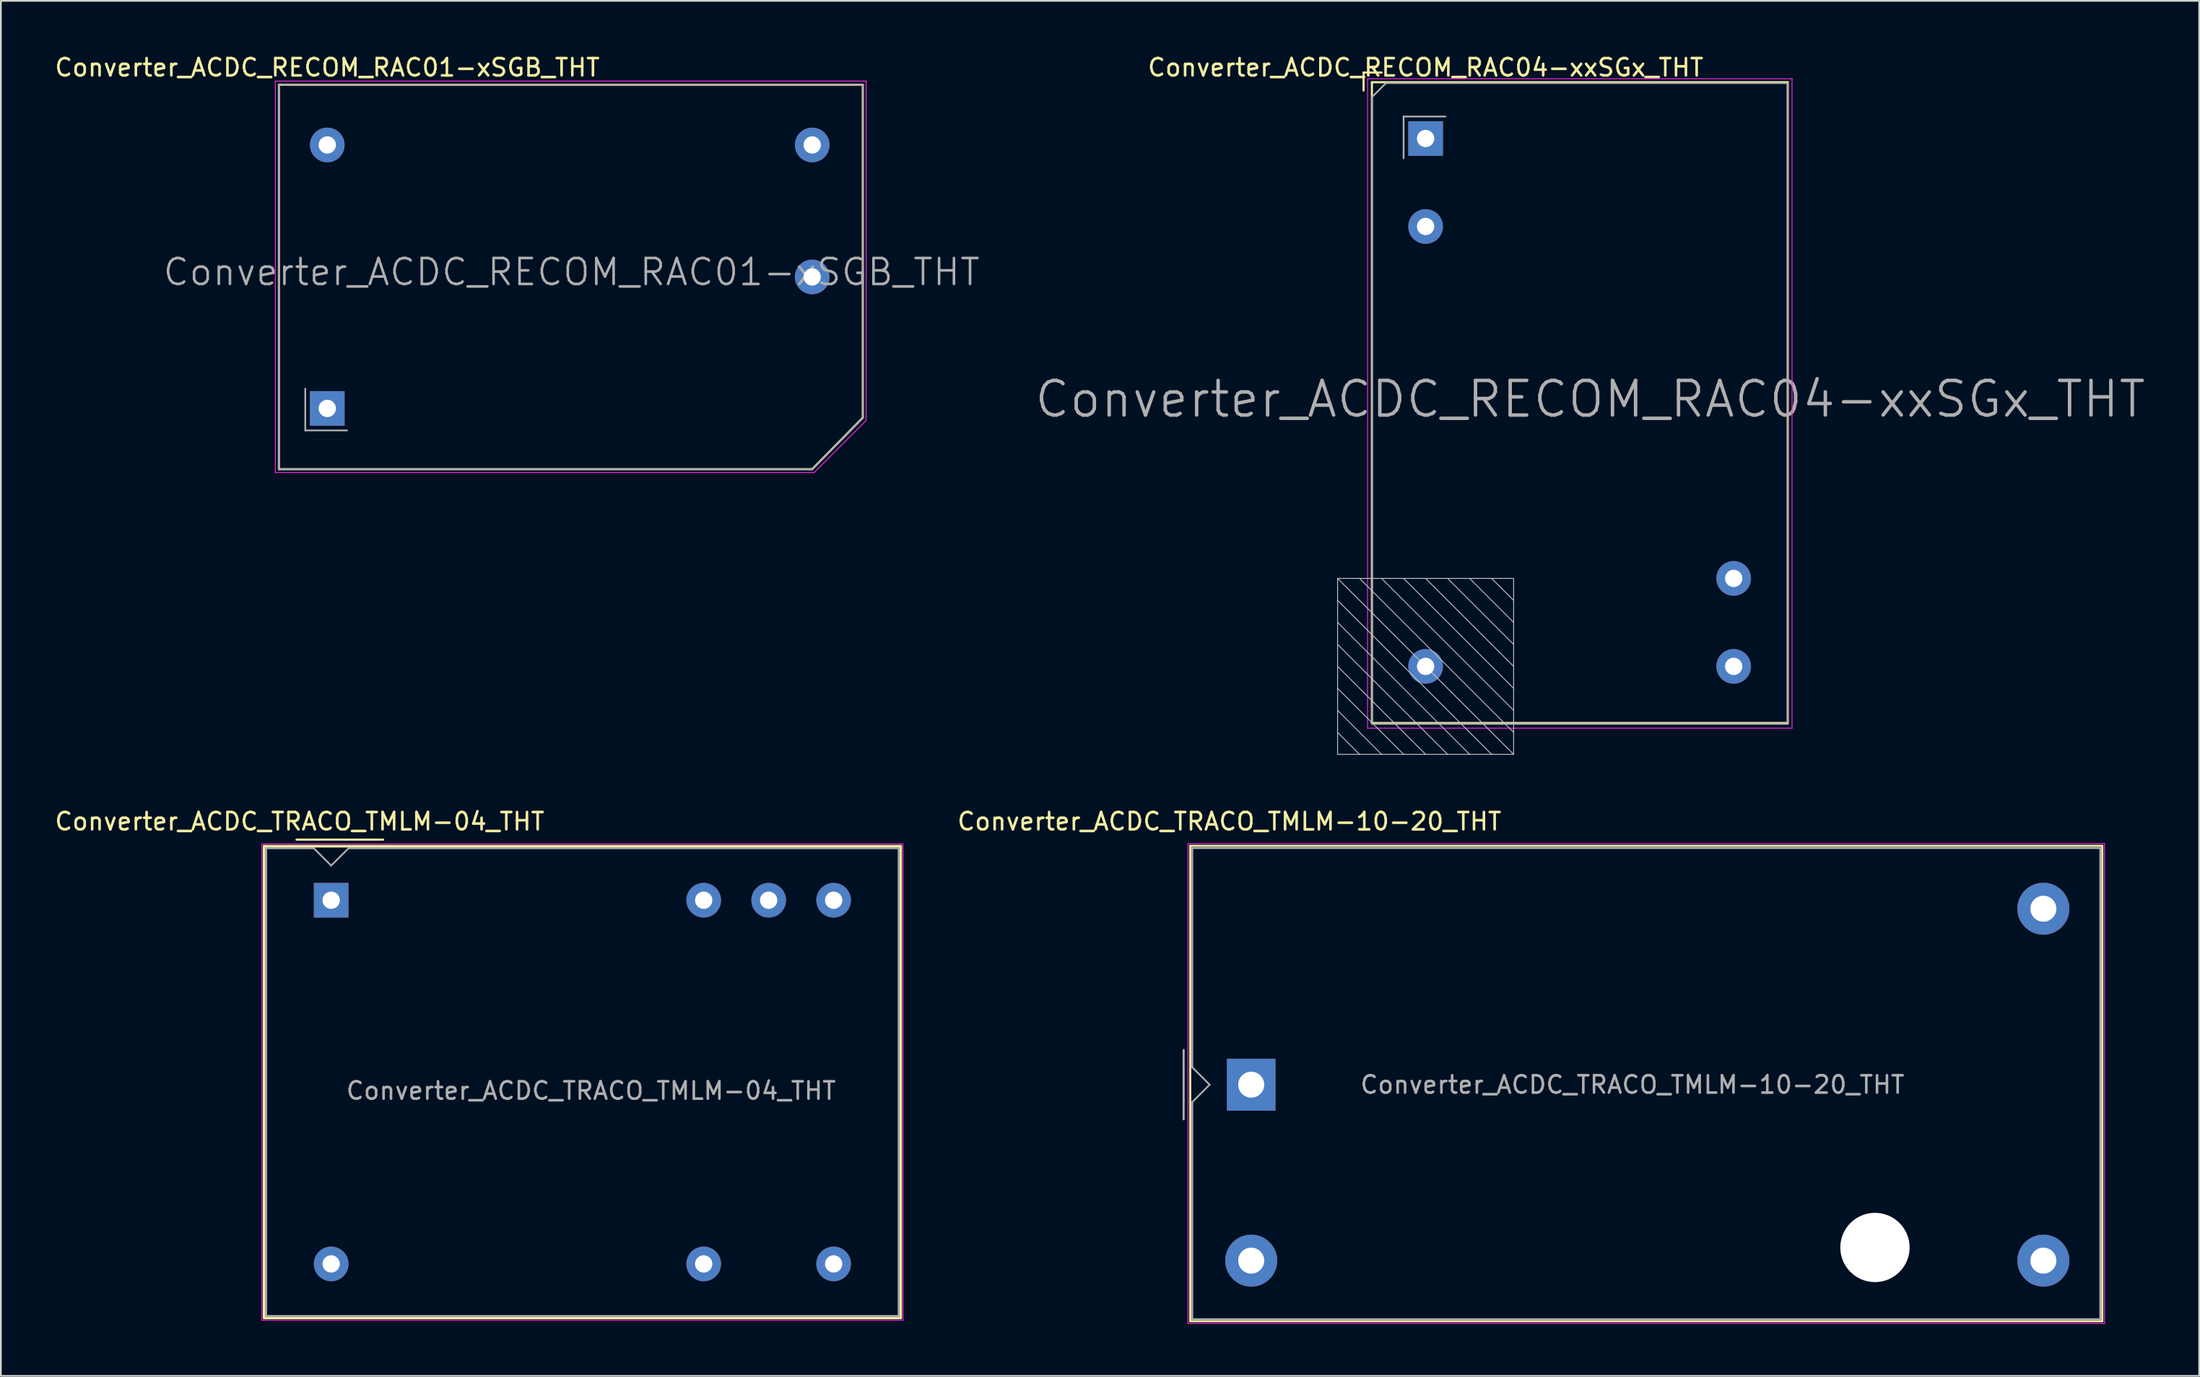
<source format=kicad_pcb>
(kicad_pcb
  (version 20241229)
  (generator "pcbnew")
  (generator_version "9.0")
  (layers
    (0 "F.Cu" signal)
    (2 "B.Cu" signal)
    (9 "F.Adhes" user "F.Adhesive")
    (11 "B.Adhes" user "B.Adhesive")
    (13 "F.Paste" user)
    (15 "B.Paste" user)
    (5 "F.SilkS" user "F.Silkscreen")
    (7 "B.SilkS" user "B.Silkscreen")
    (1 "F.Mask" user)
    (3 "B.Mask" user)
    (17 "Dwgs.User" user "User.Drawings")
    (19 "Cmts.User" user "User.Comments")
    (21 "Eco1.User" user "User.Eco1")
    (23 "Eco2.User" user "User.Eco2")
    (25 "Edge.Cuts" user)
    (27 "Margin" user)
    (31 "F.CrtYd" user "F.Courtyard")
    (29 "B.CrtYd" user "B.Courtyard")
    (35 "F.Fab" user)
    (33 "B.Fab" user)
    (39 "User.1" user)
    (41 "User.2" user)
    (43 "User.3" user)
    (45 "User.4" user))
  (footprint "Converter_ACDC_TRACO_TMLM-10-20_THT"
    (layer "F.Cu")
    (at 69.165 59.581)
    (property "Reference" "Converter_ACDC_TRACO_TMLM-10-20_THT" (at -1.26 -15.2 0) (layer "F.SilkS") (effects (font (size 1 1) (thickness 0.15))))
    (attr through_hole)
    (fp_line (start -3.52 -13.79) (end 49.12 -13.79) (stroke (width 0.12) (type solid)) (layer "F.SilkS"))
    (fp_line (start -3.52 13.66) (end -3.52 -13.79) (stroke (width 0.12) (type solid)) (layer "F.SilkS"))
    (fp_line (start 49.12 -13.79) (end 49.12 13.66) (stroke (width 0.12) (type solid)) (layer "F.SilkS"))
    (fp_line (start 49.12 13.66) (end -3.52 13.66) (stroke (width 0.12) (type solid)) (layer "F.SilkS"))
    (fp_line (start -3.65 -13.92) (end -3.65 13.79) (stroke (width 0.05) (type solid)) (layer "F.CrtYd"))
    (fp_line (start -3.65 -13.92) (end 49.25 -13.92) (stroke (width 0.05) (type solid)) (layer "F.CrtYd"))
    (fp_line (start -3.65 13.79) (end 49.25 13.79) (stroke (width 0.05) (type solid)) (layer "F.CrtYd"))
    (fp_line (start 49.25 -13.92) (end 49.25 13.79) (stroke (width 0.05) (type solid)) (layer "F.CrtYd"))
    (fp_line (start -3.9 -2) (end -3.9 2) (stroke (width 0.12) (type solid)) (layer "F.Fab"))
    (fp_line (start -3.4 -13.66) (end 49 -13.66) (stroke (width 0.1) (type solid)) (layer "F.Fab"))
    (fp_line (start -3.4 -1) (end -3.4 -13.66) (stroke (width 0.1) (type solid)) (layer "F.Fab"))
    (fp_line (start -3.4 13.54) (end -3.4 1) (stroke (width 0.1) (type solid)) (layer "F.Fab"))
    (fp_line (start -2.4 0) (end -3.4 -1) (stroke (width 0.1) (type solid)) (layer "F.Fab"))
    (fp_line (start -2.4 0) (end -3.4 1) (stroke (width 0.1) (type solid)) (layer "F.Fab"))
    (fp_line (start 49 -13.66) (end 49 13.54) (stroke (width 0.1) (type solid)) (layer "F.Fab"))
    (fp_line (start 49 13.54) (end -3.4 13.54) (stroke (width 0.1) (type solid)) (layer "F.Fab"))
    (fp_text user "${REFERENCE}" (at 22 0 0) (layer "F.Fab") (effects (font (size 1 1) (thickness 0.15))))
    (pad "" np_thru_hole circle (at 36 9.4) (size 4 4) (drill 4) (layers "*.Cu" "*.Mask"))
    (pad "1" thru_hole rect (at 0 0) (size 2.8 3) (drill 1.5) (layers "*.Cu" "*.Mask"))
    (pad "2" thru_hole circle (at 0 10.16) (size 3 3) (drill 1.5) (layers "*.Cu" "*.Mask"))
    (pad "3" thru_hole circle (at 45.72 10.16) (size 3 3) (drill 1.5) (layers "*.Cu" "*.Mask"))
    (pad "4" thru_hole circle (at 45.72 -10.16) (size 3 3) (drill 1.5) (layers "*.Cu" "*.Mask")))
  (footprint "Converter_ACDC_TRACO_TMLM-04_THT"
    (layer "F.Cu")
    (at 16.064 48.931)
    (property "Reference" "Converter_ACDC_TRACO_TMLM-04_THT" (at -1.82 -4.55 0) (layer "F.SilkS") (effects (font (size 1 1) (thickness 0.15))))
    (attr through_hole)
    (fp_line (start -3.87 -3.12) (end -3.87 24.12) (stroke (width 0.15) (type solid)) (layer "F.SilkS"))
    (fp_line (start -3.87 -3.12) (end 32.87 -3.12) (stroke (width 0.15) (type solid)) (layer "F.SilkS"))
    (fp_line (start -3.87 24.12) (end 32.87 24.12) (stroke (width 0.15) (type solid)) (layer "F.SilkS"))
    (fp_line (start -2 -3.5) (end 3 -3.5) (stroke (width 0.12) (type solid)) (layer "F.SilkS"))
    (fp_line (start 32.87 -3.12) (end 32.87 24.12) (stroke (width 0.15) (type solid)) (layer "F.SilkS"))
    (fp_line (start -4 -3.25) (end -4 24.25) (stroke (width 0.05) (type solid)) (layer "F.CrtYd"))
    (fp_line (start -4 -3.25) (end 33 -3.25) (stroke (width 0.05) (type solid)) (layer "F.CrtYd"))
    (fp_line (start -4 24.25) (end 33 24.25) (stroke (width 0.05) (type solid)) (layer "F.CrtYd"))
    (fp_line (start 33 -3.25) (end 33 24.25) (stroke (width 0.05) (type solid)) (layer "F.CrtYd"))
    (fp_line (start -3.75 -3) (end -3.75 24) (stroke (width 0.1) (type solid)) (layer "F.Fab"))
    (fp_line (start -1 -3) (end -3.75 -3) (stroke (width 0.1) (type solid)) (layer "F.Fab"))
    (fp_line (start -1 -3) (end 0 -2) (stroke (width 0.1) (type solid)) (layer "F.Fab"))
    (fp_line (start 0 -2) (end 1 -3) (stroke (width 0.1) (type solid)) (layer "F.Fab"))
    (fp_line (start 1 -3) (end 32.75 -3) (stroke (width 0.1) (type solid)) (layer "F.Fab"))
    (fp_line (start 32.75 -3) (end 32.75 24) (stroke (width 0.1) (type solid)) (layer "F.Fab"))
    (fp_line (start 32.75 24) (end -3.75 24) (stroke (width 0.1) (type solid)) (layer "F.Fab"))
    (fp_text user "${REFERENCE}" (at 15 11 0) (layer "F.Fab") (effects (font (size 1 1) (thickness 0.15))))
    (pad "1" thru_hole rect (at 0 0) (size 2 2) (drill 1) (layers "*.Cu" "*.Mask"))
    (pad "2" thru_hole circle (at 21.5 0) (size 2 2) (drill 1) (layers "*.Cu" "*.Mask"))
    (pad "3" thru_hole circle (at 25.25 0) (size 2 2) (drill 1) (layers "*.Cu" "*.Mask"))
    (pad "4" thru_hole circle (at 29 0) (size 2 2) (drill 1) (layers "*.Cu" "*.Mask"))
    (pad "5" thru_hole circle (at 29 21) (size 2 2) (drill 1) (layers "*.Cu" "*.Mask"))
    (pad "6" thru_hole circle (at 21.5 21) (size 2 2) (drill 1) (layers "*.Cu" "*.Mask"))
    (pad "7" thru_hole circle (at 0 21) (size 2 2) (drill 1) (layers "*.Cu" "*.Mask")))
  (footprint "Converter_ACDC_RECOM_RAC01-xSGB_THT"
    (layer "F.Cu")
    (at 15.839 20.533)
    (property "Reference" "Converter_ACDC_RECOM_RAC01-xSGB_THT" (at 0 -19.685 180) (layer "F.SilkS") (effects (font (size 1 1) (thickness 0.15))))
    (attr through_hole)
    (fp_line (start -2.792 -18.693) (end 30.908 -18.693) (stroke (width 0.12) (type solid)) (layer "F.SilkS"))
    (fp_line (start -2.792 3.507) (end -2.792 -18.693) (stroke (width 0.12) (type solid)) (layer "F.SilkS"))
    (fp_line (start 27.987 3.507) (end -2.792 3.507) (stroke (width 0.12) (type solid)) (layer "F.SilkS"))
    (fp_line (start 27.987 3.507) (end 30.908 0.535) (stroke (width 0.12) (type solid)) (layer "F.SilkS"))
    (fp_line (start 30.908 0.536) (end 30.908 -18.693) (stroke (width 0.12) (type solid)) (layer "F.SilkS"))
    (fp_line (start -3 -18.9) (end 31.1 -18.9) (stroke (width 0.05) (type solid)) (layer "F.CrtYd"))
    (fp_line (start -3 3.7) (end -3 -18.9) (stroke (width 0.05) (type solid)) (layer "F.CrtYd"))
    (fp_line (start 28.1 3.7) (end -3 3.7) (stroke (width 0.05) (type solid)) (layer "F.CrtYd"))
    (fp_line (start 31.1 -18.9) (end 31.1 0.7) (stroke (width 0.05) (type solid)) (layer "F.CrtYd"))
    (fp_line (start 31.1 0.7) (end 28.1 3.7) (stroke (width 0.05) (type solid)) (layer "F.CrtYd"))
    (fp_line (start -2.792 -18.693) (end 30.908 -18.693) (stroke (width 0.1) (type solid)) (layer "F.Fab"))
    (fp_line (start -2.792 3.507) (end -2.792 -18.693) (stroke (width 0.1) (type solid)) (layer "F.Fab"))
    (fp_line (start -1.27 -1.143) (end -1.27 1.27) (stroke (width 0.1) (type solid)) (layer "F.Fab"))
    (fp_line (start -1.27 1.27) (end 1.143 1.27) (stroke (width 0.1) (type solid)) (layer "F.Fab"))
    (fp_line (start 27.987 3.507) (end -2.792 3.507) (stroke (width 0.1) (type solid)) (layer "F.Fab"))
    (fp_line (start 27.987 3.507) (end 30.908 0.535) (stroke (width 0.1) (type solid)) (layer "F.Fab"))
    (fp_line (start 30.908 0.536) (end 30.908 -18.693) (stroke (width 0.1) (type solid)) (layer "F.Fab"))
    (fp_text user "${REFERENCE}" (at 14.097 -7.874 0) (layer "F.Fab") (effects (font (size 1.5 1.5) (thickness 0.15))))
    (pad "1" thru_hole rect (at 0 0 180) (size 2 2) (drill 1) (layers "*.Cu" "*.Mask"))
    (pad "2" thru_hole circle (at 0 -15.213 180) (size 2 2) (drill 1) (layers "*.Cu" "*.Mask"))
    (pad "3" thru_hole circle (at 27.988 -15.213 180) (size 2 2) (drill 1) (layers "*.Cu" "*.Mask"))
    (pad "4" thru_hole circle (at 27.987 -7.593 180) (size 2 2) (drill 1) (layers "*.Cu" "*.Mask")))
  (footprint "Converter_ACDC_RECOM_RAC04-xxSGx_THT"
    (layer "F.Cu")
    (at 79.23 4.948)
    (property "Reference" "Converter_ACDC_RECOM_RAC04-xxSGx_THT" (at 0 -4.1 180) (layer "F.SilkS") (effects (font (size 1 1) (thickness 0.15))))
    (attr through_hole)
    (fp_line (start -3.581 -3.81) (end -2.54 -3.81) (stroke (width 0.12) (type solid)) (layer "F.SilkS"))
    (fp_line (start -3.581 -2.768) (end -3.581 -3.81) (stroke (width 0.12) (type solid)) (layer "F.SilkS"))
    (fp_line (start -3.1 -3.25) (end 20.9 -3.25) (stroke (width 0.12) (type solid)) (layer "F.SilkS"))
    (fp_line (start -3.1 33.75) (end -3.1 -3.25) (stroke (width 0.12) (type solid)) (layer "F.SilkS"))
    (fp_line (start -3.1 33.75) (end 20.9 33.75) (stroke (width 0.12) (type solid)) (layer "F.SilkS"))
    (fp_line (start 20.9 -3.25) (end 20.9 33.75) (stroke (width 0.12) (type solid)) (layer "F.SilkS"))
    (fp_line (start -5.08 25.4) (end 5.08 25.4) (stroke (width 0.05) (type solid)) (layer "Dwgs.User"))
    (fp_line (start -5.08 25.4) (end 5.08 35.56) (stroke (width 0.05) (type solid)) (layer "Dwgs.User"))
    (fp_line (start -5.08 26.67) (end 3.81 35.56) (stroke (width 0.05) (type solid)) (layer "Dwgs.User"))
    (fp_line (start -5.08 27.94) (end 2.54 35.56) (stroke (width 0.05) (type solid)) (layer "Dwgs.User"))
    (fp_line (start -5.08 29.21) (end 1.27 35.56) (stroke (width 0.05) (type solid)) (layer "Dwgs.User"))
    (fp_line (start -5.08 30.48) (end 0 35.56) (stroke (width 0.05) (type solid)) (layer "Dwgs.User"))
    (fp_line (start -5.08 31.75) (end -1.27 35.56) (stroke (width 0.05) (type solid)) (layer "Dwgs.User"))
    (fp_line (start -5.08 33.02) (end -2.54 35.56) (stroke (width 0.05) (type solid)) (layer "Dwgs.User"))
    (fp_line (start -5.08 34.29) (end -3.81 35.56) (stroke (width 0.05) (type solid)) (layer "Dwgs.User"))
    (fp_line (start -5.08 35.56) (end -5.08 25.4) (stroke (width 0.05) (type solid)) (layer "Dwgs.User"))
    (fp_line (start 5.08 25.4) (end 5.08 35.56) (stroke (width 0.05) (type solid)) (layer "Dwgs.User"))
    (fp_line (start 5.08 26.67) (end 3.81 25.4) (stroke (width 0.05) (type solid)) (layer "Dwgs.User"))
    (fp_line (start 5.08 27.94) (end 2.54 25.4) (stroke (width 0.05) (type solid)) (layer "Dwgs.User"))
    (fp_line (start 5.08 29.21) (end 1.27 25.4) (stroke (width 0.05) (type solid)) (layer "Dwgs.User"))
    (fp_line (start 5.08 30.48) (end 0 25.4) (stroke (width 0.05) (type solid)) (layer "Dwgs.User"))
    (fp_line (start 5.08 31.75) (end -1.27 25.4) (stroke (width 0.05) (type solid)) (layer "Dwgs.User"))
    (fp_line (start 5.08 33.02) (end -2.54 25.4) (stroke (width 0.05) (type solid)) (layer "Dwgs.User"))
    (fp_line (start 5.08 34.29) (end -3.81 25.4) (stroke (width 0.05) (type solid)) (layer "Dwgs.User"))
    (fp_line (start 5.08 35.56) (end -5.08 35.56) (stroke (width 0.05) (type solid)) (layer "Dwgs.User"))
    (fp_line (start -3.35 -3.45) (end -3.35 34.05) (stroke (width 0.05) (type solid)) (layer "F.CrtYd"))
    (fp_line (start -3.35 -3.45) (end 21.15 -3.45) (stroke (width 0.05) (type solid)) (layer "F.CrtYd"))
    (fp_line (start 21.15 -3.45) (end 21.15 34.05) (stroke (width 0.05) (type solid)) (layer "F.CrtYd"))
    (fp_line (start 21.15 34.05) (end -3.35 34.05) (stroke (width 0.05) (type solid)) (layer "F.CrtYd"))
    (fp_line (start -3.1 33.8) (end -3.1 -2.388) (stroke (width 0.1) (type solid)) (layer "F.Fab"))
    (fp_line (start -3.1 33.8) (end 20.9 33.8) (stroke (width 0.1) (type solid)) (layer "F.Fab"))
    (fp_line (start -3.099 -2.388) (end -2.286 -3.2) (stroke (width 0.1) (type solid)) (layer "F.Fab"))
    (fp_line (start -2.286 -3.2) (end 20.9 -3.2) (stroke (width 0.1) (type solid)) (layer "F.Fab"))
    (fp_line (start -1.27 -1.27) (end -1.27 1.143) (stroke (width 0.1) (type solid)) (layer "F.Fab"))
    (fp_line (start 1.143 -1.27) (end -1.27 -1.27) (stroke (width 0.1) (type solid)) (layer "F.Fab"))
    (fp_line (start 20.9 -3.2) (end 20.9 33.8) (stroke (width 0.1) (type solid)) (layer "F.Fab"))
    (fp_text user "${REFERENCE}" (at 9.5 15.05 0) (layer "F.Fab") (effects (font (size 2 2) (thickness 0.2))))
    (pad "1" thru_hole rect (at 0 0 90) (size 2 2) (drill 1) (layers "*.Cu" "*.Mask"))
    (pad "2" thru_hole circle (at 0 5.08 90) (size 2 2) (drill 1) (layers "*.Cu" "*.Mask"))
    (pad "3" thru_hole circle (at 0 30.48 90) (size 2 2) (drill 1) (layers "*.Cu" "*.Mask"))
    (pad "4" thru_hole circle (at 17.78 30.48 90) (size 2 2) (drill 1) (layers "*.Cu" "*.Mask"))
    (pad "5" thru_hole circle (at 17.78 25.4 90) (size 2 2) (drill 1) (layers "*.Cu" "*.Mask")))
  (gr_rect
    (start -3 -3)
    (end 123.878 76.397)
    (stroke (width 0.1) (type default))
    (fill no)
    (layer "Edge.Cuts")))
</source>
